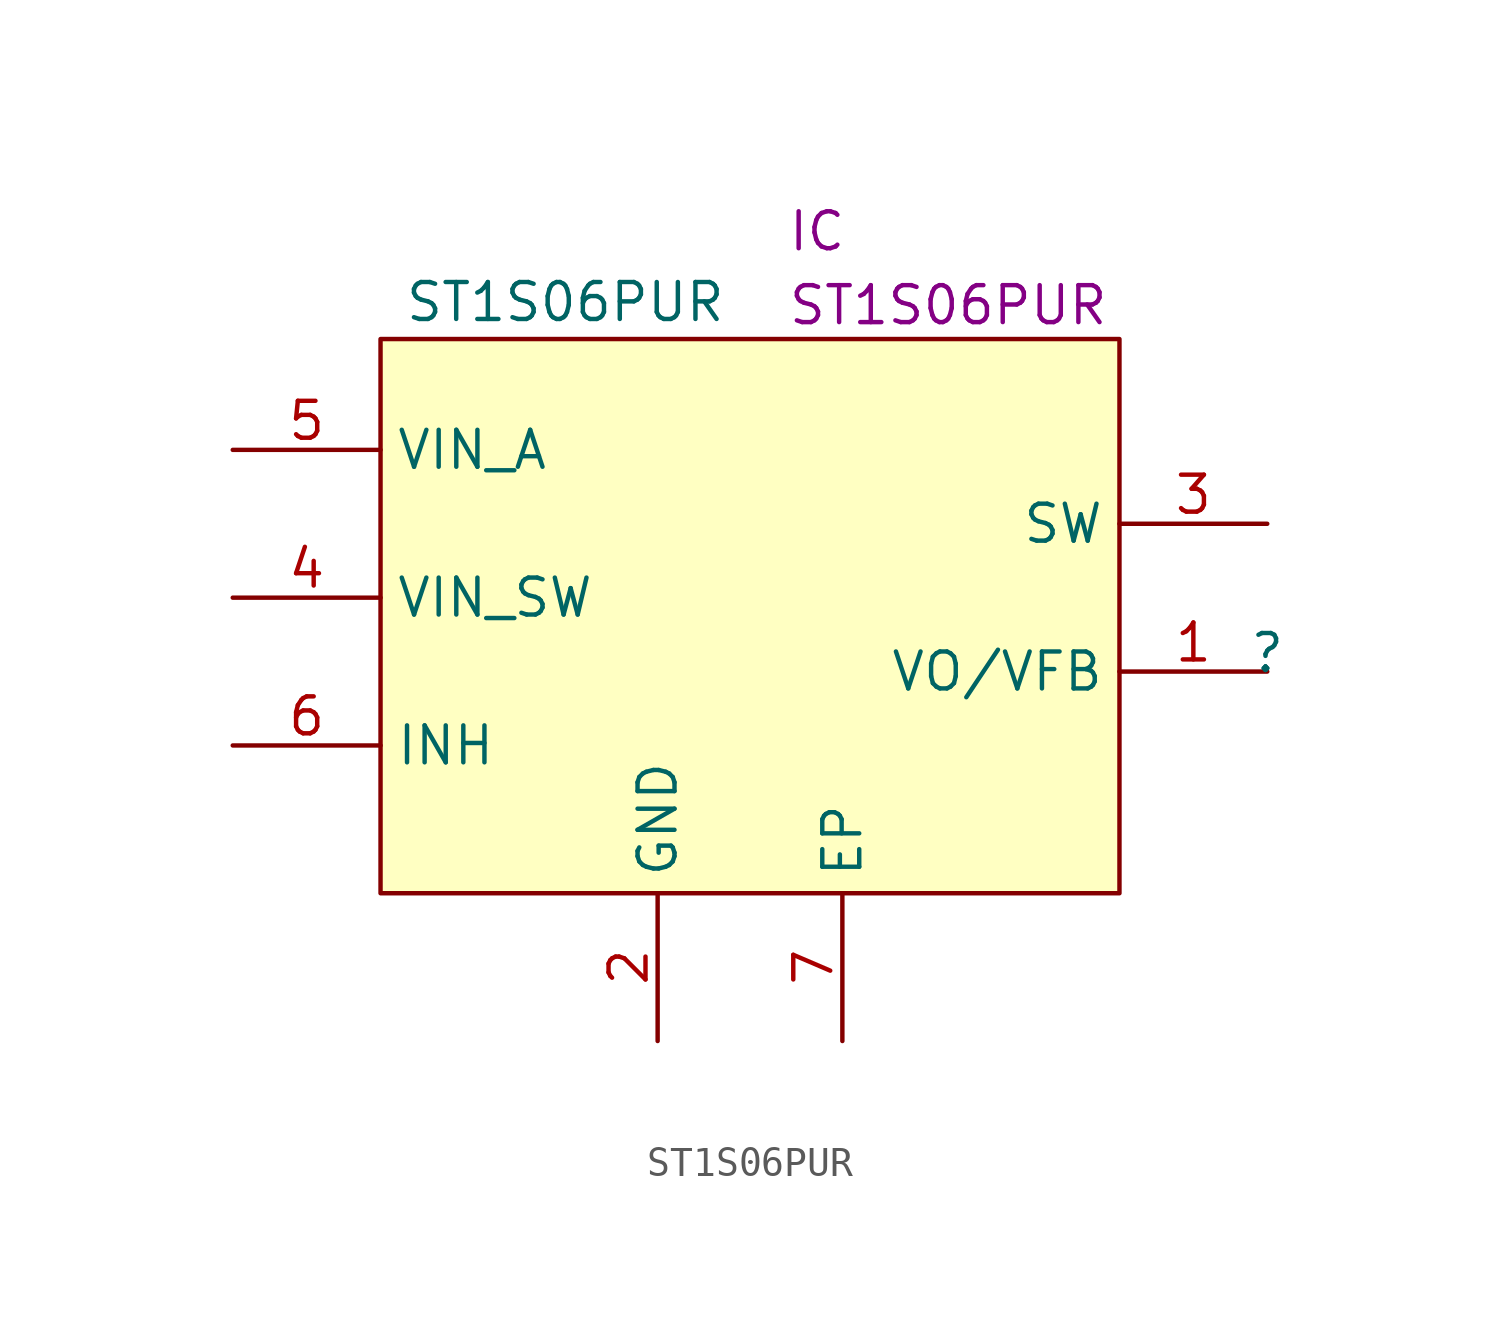
<source format=kicad_sym>
(kicad_symbol_lib
  (version 20211014)
  (generator kicad_symbol_editor)
  (symbol "ST1S06PUR"
    (property "Reference" ""
      (at 81.28 -4.445 0)
      (effects (font (size 1.27 1.27))))
    (property "Value" "ST1S06PUR"
      (at 57.15 7.62 0)
      (effects (font (size 1.27 1.27))))
    (property "Reference_1" "IC"
      (at 64.77 10.795 0)
      (effects (font (size 1.27 1.27)) (justify left top)))
    (property "Value_1" "ST1S06PUR"
      (at 64.77 8.255 0)
      (effects (font (size 1.27 1.27)) (justify left top)))
    (symbol "ST1S06PUR_0_1"
      (rectangle (start 50.8 6.35) (end 76.2 -12.7) (stroke (width 0) (type default) (color 0 0 0 0)) (fill (type background))))
    (symbol "ST1S06PUR_1_1"
      (pin passive line (at 81.28 -5.08 180) (length 5.08) (name "VO/VFB" (effects (font (size 1.27 1.27)))) (number "1" (effects (font (size 1.27 1.27)))))
      (pin passive line (at 60.325 -17.78 90) (length 5.08) (name "GND" (effects (font (size 1.27 1.27)))) (number "2" (effects (font (size 1.27 1.27)))))
      (pin passive line (at 81.28 0 180) (length 5.08) (name "SW" (effects (font (size 1.27 1.27)))) (number "3" (effects (font (size 1.27 1.27)))))
      (pin passive line (at 45.72 -2.54 0) (length 5.08) (name "VIN_SW" (effects (font (size 1.27 1.27)))) (number "4" (effects (font (size 1.27 1.27)))))
      (pin passive line (at 45.72 2.54 0) (length 5.08) (name "VIN_A" (effects (font (size 1.27 1.27)))) (number "5" (effects (font (size 1.27 1.27)))))
      (pin passive line (at 45.72 -7.62 0) (length 5.08) (name "INH" (effects (font (size 1.27 1.27)))) (number "6" (effects (font (size 1.27 1.27)))))
      (pin passive line (at 66.675 -17.78 90) (length 5.08) (name "EP" (effects (font (size 1.27 1.27)))) (number "7" (effects (font (size 1.27 1.27))))))))
</source>
